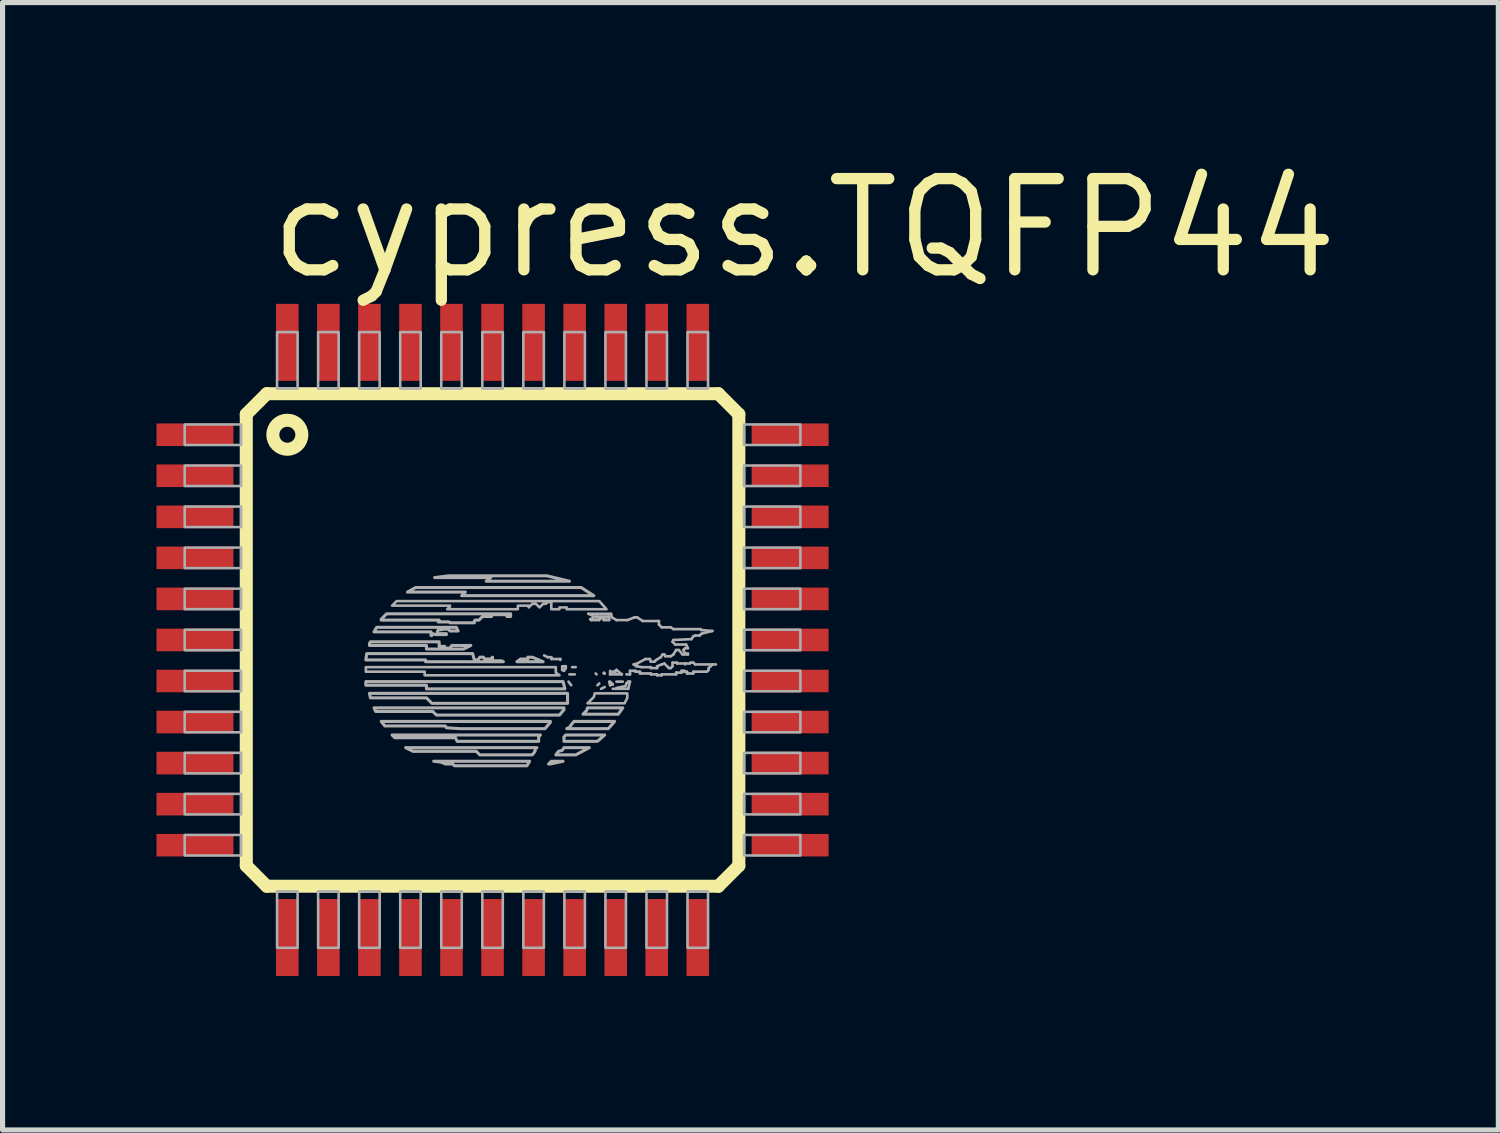
<source format=kicad_pcb>
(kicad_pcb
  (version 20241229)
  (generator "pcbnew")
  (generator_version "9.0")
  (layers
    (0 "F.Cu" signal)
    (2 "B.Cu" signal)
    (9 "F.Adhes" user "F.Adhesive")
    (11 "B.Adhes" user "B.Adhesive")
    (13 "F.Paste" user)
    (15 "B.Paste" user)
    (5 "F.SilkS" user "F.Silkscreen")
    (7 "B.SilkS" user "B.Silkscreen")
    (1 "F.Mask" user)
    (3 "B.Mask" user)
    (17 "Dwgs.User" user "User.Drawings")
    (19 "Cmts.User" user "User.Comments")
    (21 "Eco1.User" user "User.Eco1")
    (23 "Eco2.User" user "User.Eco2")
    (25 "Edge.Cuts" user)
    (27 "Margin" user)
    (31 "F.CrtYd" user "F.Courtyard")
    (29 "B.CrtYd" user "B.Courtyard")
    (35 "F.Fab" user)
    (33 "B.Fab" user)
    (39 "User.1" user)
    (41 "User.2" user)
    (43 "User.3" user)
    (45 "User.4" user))
  (footprint "cypress.TQFP44"
    (layer "F.Cu")
    (at 6.55 9.423)
    (property "Reference" "cypress.TQFP44" (at -4.445 -6.985 0) (layer "F.SilkS") (effects (font (size 1.778 1.778) (thickness 0.22)) (justify left bottom)))
    (attr smd)
    (fp_line (start -4.8 -4.4) (end -4.4 -4.8) (stroke (width 0.254) (type default)) (layer "F.SilkS"))
    (fp_line (start -4.8 4.4) (end -4.8 -4.4) (stroke (width 0.254) (type default)) (layer "F.SilkS"))
    (fp_line (start -4.4 -4.8) (end 4.4 -4.8) (stroke (width 0.254) (type default)) (layer "F.SilkS"))
    (fp_line (start -4.4 4.8) (end -4.8 4.4) (stroke (width 0.254) (type default)) (layer "F.SilkS"))
    (fp_line (start 4.4 -4.8) (end 4.8 -4.4) (stroke (width 0.254) (type default)) (layer "F.SilkS"))
    (fp_line (start 4.4 4.8) (end -4.4 4.8) (stroke (width 0.254) (type default)) (layer "F.SilkS"))
    (fp_line (start 4.8 -4.4) (end 4.8 4.4) (stroke (width 0.254) (type default)) (layer "F.SilkS"))
    (fp_line (start 4.8 4.4) (end 4.4 4.8) (stroke (width 0.254) (type default)) (layer "F.SilkS"))
    (fp_circle (center -4 -4) (end -3.717 -4) (stroke (width 0.254) (type default)) (fill no) (layer "F.SilkS"))
    (fp_line (start 1.075 0.336) (end 1.004 0.301) (stroke (width 0.051) (type default)) (layer "F.Fab"))
    (fp_line (start 1.145 0.336) (end 1.075 0.336) (stroke (width 0.051) (type default)) (layer "F.Fab"))
    (fp_line (start 1.145 0.371) (end 1.145 0.336) (stroke (width 0.051) (type default)) (layer "F.Fab"))
    (fp_line (start 1.321 0.371) (end 1.145 0.371) (stroke (width 0.051) (type default)) (layer "F.Fab"))
    (fp_line (start 1.321 0.389) (end 1.321 0.371) (stroke (width 0.051) (type default)) (layer "F.Fab"))
    (fp_line (start 1.357 0.512) (end 1.357 0.583) (stroke (width 0.051) (type default)) (layer "F.Fab"))
    (fp_line (start 1.357 0.583) (end 1.392 0.601) (stroke (width 0.051) (type default)) (layer "F.Fab"))
    (fp_line (start 1.392 0.512) (end 1.392 0.53) (stroke (width 0.051) (type default)) (layer "F.Fab"))
    (fp_line (start 1.392 0.601) (end 1.427 0.548) (stroke (width 0.051) (type default)) (layer "F.Fab"))
    (fp_line (start 1.427 0.512) (end 1.392 0.512) (stroke (width 0.051) (type default)) (layer "F.Fab"))
    (fp_line (start 1.427 0.548) (end 1.427 0.512) (stroke (width 0.051) (type default)) (layer "F.Fab"))
    (fp_line (start 1.48 0.812) (end 1.533 0.883) (stroke (width 0.051) (type default)) (layer "F.Fab"))
    (fp_line (start 1.498 0.671) (end 1.603 0.671) (stroke (width 0.051) (type default)) (layer "F.Fab"))
    (fp_line (start 1.551 0.53) (end 1.621 0.53) (stroke (width 0.051) (type default)) (layer "F.Fab"))
    (fp_line (start 1.868 -0.51) (end 1.956 -0.475) (stroke (width 0.051) (type default)) (layer "F.Fab"))
    (fp_line (start 1.903 -0.405) (end 1.921 -0.387) (stroke (width 0.051) (type default)) (layer "F.Fab"))
    (fp_line (start 1.921 -0.387) (end 2.08 -0.387) (stroke (width 0.051) (type default)) (layer "F.Fab"))
    (fp_line (start 1.956 -0.475) (end 1.956 -0.422) (stroke (width 0.051) (type default)) (layer "F.Fab"))
    (fp_line (start 1.956 -0.422) (end 1.903 -0.405) (stroke (width 0.051) (type default)) (layer "F.Fab"))
    (fp_line (start 2.009 -0.457) (end 2.009 -0.44) (stroke (width 0.051) (type default)) (layer "F.Fab"))
    (fp_line (start 2.009 -0.44) (end 2.238 -0.44) (stroke (width 0.051) (type default)) (layer "F.Fab"))
    (fp_line (start 2.009 0.653) (end 2.027 0.671) (stroke (width 0.051) (type default)) (layer "F.Fab"))
    (fp_line (start 2.08 -0.422) (end 2.168 -0.422) (stroke (width 0.051) (type default)) (layer "F.Fab"))
    (fp_line (start 2.08 -0.387) (end 2.08 -0.422) (stroke (width 0.051) (type default)) (layer "F.Fab"))
    (fp_line (start 2.08 0.847) (end 2.044 0.883) (stroke (width 0.051) (type default)) (layer "F.Fab"))
    (fp_line (start 2.115 0.953) (end 2.185 0.918) (stroke (width 0.051) (type default)) (layer "F.Fab"))
    (fp_line (start 2.168 -0.422) (end 2.168 -0.387) (stroke (width 0.051) (type default)) (layer "F.Fab"))
    (fp_line (start 2.168 -0.387) (end 2.273 -0.387) (stroke (width 0.051) (type default)) (layer "F.Fab"))
    (fp_line (start 2.168 0.636) (end 2.185 0.653) (stroke (width 0.051) (type default)) (layer "F.Fab"))
    (fp_line (start 2.185 0.653) (end 2.168 0.653) (stroke (width 0.051) (type default)) (layer "F.Fab"))
    (fp_line (start 2.273 -0.457) (end 2.009 -0.457) (stroke (width 0.051) (type default)) (layer "F.Fab"))
    (fp_line (start 2.273 -0.387) (end 2.273 -0.457) (stroke (width 0.051) (type default)) (layer "F.Fab"))
    (fp_line (start 2.273 0.812) (end 2.291 0.883) (stroke (width 0.051) (type default)) (layer "F.Fab"))
    (fp_line (start 2.291 0.601) (end 2.291 0.671) (stroke (width 0.051) (type default)) (layer "F.Fab"))
    (fp_line (start 2.291 0.671) (end 2.52 0.671) (stroke (width 0.051) (type default)) (layer "F.Fab"))
    (fp_line (start 2.291 0.883) (end 2.344 0.865) (stroke (width 0.051) (type default)) (layer "F.Fab"))
    (fp_line (start 2.309 -0.51) (end 1.868 -0.51) (stroke (width 0.051) (type default)) (layer "F.Fab"))
    (fp_line (start 2.326 -0.44) (end 2.309 -0.51) (stroke (width 0.051) (type default)) (layer "F.Fab"))
    (fp_line (start 2.344 0.865) (end 2.291 0.812) (stroke (width 0.051) (type default)) (layer "F.Fab"))
    (fp_line (start 2.344 0.953) (end 2.644 0.953) (stroke (width 0.051) (type default)) (layer "F.Fab"))
    (fp_line (start 2.397 0.601) (end 2.397 0.618) (stroke (width 0.051) (type default)) (layer "F.Fab"))
    (fp_line (start 2.397 0.618) (end 2.326 0.618) (stroke (width 0.051) (type default)) (layer "F.Fab"))
    (fp_line (start 2.415 -0.387) (end 2.326 -0.44) (stroke (width 0.051) (type default)) (layer "F.Fab"))
    (fp_line (start 2.415 0.583) (end 2.397 0.601) (stroke (width 0.051) (type default)) (layer "F.Fab"))
    (fp_line (start 2.415 0.812) (end 2.538 0.812) (stroke (width 0.051) (type default)) (layer "F.Fab"))
    (fp_line (start 2.52 0.671) (end 2.415 0.583) (stroke (width 0.051) (type default)) (layer "F.Fab"))
    (fp_line (start 2.591 0.9) (end 2.415 0.935) (stroke (width 0.051) (type default)) (layer "F.Fab"))
    (fp_line (start 2.608 0.671) (end 2.679 0.671) (stroke (width 0.051) (type default)) (layer "F.Fab"))
    (fp_line (start 2.608 0.847) (end 2.591 0.9) (stroke (width 0.051) (type default)) (layer "F.Fab"))
    (fp_line (start 2.626 -0.387) (end 2.415 -0.387) (stroke (width 0.051) (type default)) (layer "F.Fab"))
    (fp_line (start 2.644 0.812) (end 2.608 0.847) (stroke (width 0.051) (type default)) (layer "F.Fab"))
    (fp_line (start 2.644 0.953) (end 2.679 0.812) (stroke (width 0.051) (type default)) (layer "F.Fab"))
    (fp_line (start 2.679 0.601) (end 2.785 0.601) (stroke (width 0.051) (type default)) (layer "F.Fab"))
    (fp_line (start 2.679 0.671) (end 2.679 0.601) (stroke (width 0.051) (type default)) (layer "F.Fab"))
    (fp_line (start 2.679 0.812) (end 2.644 0.812) (stroke (width 0.051) (type default)) (layer "F.Fab"))
    (fp_line (start 2.75 0.477) (end 2.82 0.459) (stroke (width 0.051) (type default)) (layer "F.Fab"))
    (fp_line (start 2.767 -0.44) (end 2.626 -0.387) (stroke (width 0.051) (type default)) (layer "F.Fab"))
    (fp_line (start 2.785 0.601) (end 2.785 0.618) (stroke (width 0.051) (type default)) (layer "F.Fab"))
    (fp_line (start 2.785 0.618) (end 2.873 0.618) (stroke (width 0.051) (type default)) (layer "F.Fab"))
    (fp_line (start 2.803 0.512) (end 2.75 0.477) (stroke (width 0.051) (type default)) (layer "F.Fab"))
    (fp_line (start 2.82 -0.44) (end 2.767 -0.44) (stroke (width 0.051) (type default)) (layer "F.Fab"))
    (fp_line (start 2.82 0.459) (end 2.979 0.371) (stroke (width 0.051) (type default)) (layer "F.Fab"))
    (fp_line (start 2.873 0.618) (end 2.873 0.653) (stroke (width 0.051) (type default)) (layer "F.Fab"))
    (fp_line (start 2.873 0.653) (end 3.085 0.653) (stroke (width 0.051) (type default)) (layer "F.Fab"))
    (fp_line (start 2.908 0.53) (end 2.803 0.512) (stroke (width 0.051) (type default)) (layer "F.Fab"))
    (fp_line (start 2.926 -0.369) (end 2.82 -0.44) (stroke (width 0.051) (type default)) (layer "F.Fab"))
    (fp_line (start 2.979 0.371) (end 3.067 0.371) (stroke (width 0.051) (type default)) (layer "F.Fab"))
    (fp_line (start 3.067 0.371) (end 3.085 0.424) (stroke (width 0.051) (type default)) (layer "F.Fab"))
    (fp_line (start 3.085 0.424) (end 3.155 0.424) (stroke (width 0.051) (type default)) (layer "F.Fab"))
    (fp_line (start 3.085 0.53) (end 2.908 0.53) (stroke (width 0.051) (type default)) (layer "F.Fab"))
    (fp_line (start 3.085 0.548) (end 3.085 0.53) (stroke (width 0.051) (type default)) (layer "F.Fab"))
    (fp_line (start 3.085 0.653) (end 3.085 0.671) (stroke (width 0.051) (type default)) (layer "F.Fab"))
    (fp_line (start 3.085 0.671) (end 3.208 0.671) (stroke (width 0.051) (type default)) (layer "F.Fab"))
    (fp_line (start 3.155 0.424) (end 3.19 0.389) (stroke (width 0.051) (type default)) (layer "F.Fab"))
    (fp_line (start 3.19 0.389) (end 3.279 0.336) (stroke (width 0.051) (type default)) (layer "F.Fab"))
    (fp_line (start 3.208 0.512) (end 3.208 0.548) (stroke (width 0.051) (type default)) (layer "F.Fab"))
    (fp_line (start 3.208 0.548) (end 3.085 0.548) (stroke (width 0.051) (type default)) (layer "F.Fab"))
    (fp_line (start 3.208 0.671) (end 3.208 0.689) (stroke (width 0.051) (type default)) (layer "F.Fab"))
    (fp_line (start 3.208 0.689) (end 3.296 0.689) (stroke (width 0.051) (type default)) (layer "F.Fab"))
    (fp_line (start 3.243 -0.369) (end 2.926 -0.369) (stroke (width 0.051) (type default)) (layer "F.Fab"))
    (fp_line (start 3.243 -0.299) (end 3.243 -0.369) (stroke (width 0.051) (type default)) (layer "F.Fab"))
    (fp_line (start 3.279 0.336) (end 3.314 0.283) (stroke (width 0.051) (type default)) (layer "F.Fab"))
    (fp_line (start 3.296 -0.246) (end 3.243 -0.299) (stroke (width 0.051) (type default)) (layer "F.Fab"))
    (fp_line (start 3.296 0.477) (end 3.208 0.512) (stroke (width 0.051) (type default)) (layer "F.Fab"))
    (fp_line (start 3.296 0.671) (end 3.578 0.671) (stroke (width 0.051) (type default)) (layer "F.Fab"))
    (fp_line (start 3.296 0.689) (end 3.296 0.671) (stroke (width 0.051) (type default)) (layer "F.Fab"))
    (fp_line (start 3.314 0.283) (end 3.349 0.283) (stroke (width 0.051) (type default)) (layer "F.Fab"))
    (fp_line (start 3.349 0.283) (end 3.367 0.318) (stroke (width 0.051) (type default)) (layer "F.Fab"))
    (fp_line (start 3.349 0.459) (end 3.296 0.477) (stroke (width 0.051) (type default)) (layer "F.Fab"))
    (fp_line (start 3.367 0.318) (end 3.473 0.318) (stroke (width 0.051) (type default)) (layer "F.Fab"))
    (fp_line (start 3.437 0.548) (end 3.349 0.459) (stroke (width 0.051) (type default)) (layer "F.Fab"))
    (fp_line (start 3.473 -0.246) (end 3.296 -0.246) (stroke (width 0.051) (type default)) (layer "F.Fab"))
    (fp_line (start 3.473 0.318) (end 3.525 0.283) (stroke (width 0.051) (type default)) (layer "F.Fab"))
    (fp_line (start 3.473 0.548) (end 3.437 0.548) (stroke (width 0.051) (type default)) (layer "F.Fab"))
    (fp_line (start 3.508 0.036) (end 3.525 0.001) (stroke (width 0.051) (type default)) (layer "F.Fab"))
    (fp_line (start 3.508 0.442) (end 3.508 0.512) (stroke (width 0.051) (type default)) (layer "F.Fab"))
    (fp_line (start 3.508 0.512) (end 3.473 0.548) (stroke (width 0.051) (type default)) (layer "F.Fab"))
    (fp_line (start 3.525 -0.211) (end 3.473 -0.246) (stroke (width 0.051) (type default)) (layer "F.Fab"))
    (fp_line (start 3.525 0.001) (end 3.878 -0.017) (stroke (width 0.051) (type default)) (layer "F.Fab"))
    (fp_line (start 3.525 0.283) (end 3.578 0.195) (stroke (width 0.051) (type default)) (layer "F.Fab"))
    (fp_line (start 3.561 0.089) (end 3.508 0.036) (stroke (width 0.051) (type default)) (layer "F.Fab"))
    (fp_line (start 3.578 0.195) (end 3.631 0.195) (stroke (width 0.051) (type default)) (layer "F.Fab"))
    (fp_line (start 3.578 0.636) (end 3.684 0.636) (stroke (width 0.051) (type default)) (layer "F.Fab"))
    (fp_line (start 3.578 0.671) (end 3.578 0.636) (stroke (width 0.051) (type default)) (layer "F.Fab"))
    (fp_line (start 3.596 0.442) (end 3.508 0.442) (stroke (width 0.051) (type default)) (layer "F.Fab"))
    (fp_line (start 3.596 0.459) (end 3.596 0.442) (stroke (width 0.051) (type default)) (layer "F.Fab"))
    (fp_line (start 3.631 0.195) (end 3.702 0.283) (stroke (width 0.051) (type default)) (layer "F.Fab"))
    (fp_line (start 3.684 0.601) (end 3.737 0.601) (stroke (width 0.051) (type default)) (layer "F.Fab"))
    (fp_line (start 3.684 0.636) (end 3.684 0.601) (stroke (width 0.051) (type default)) (layer "F.Fab"))
    (fp_line (start 3.702 0.283) (end 3.808 0.283) (stroke (width 0.051) (type default)) (layer "F.Fab"))
    (fp_line (start 3.719 0.195) (end 3.755 0.16) (stroke (width 0.051) (type default)) (layer "F.Fab"))
    (fp_line (start 3.737 0.601) (end 3.737 0.618) (stroke (width 0.051) (type default)) (layer "F.Fab"))
    (fp_line (start 3.737 0.618) (end 3.79 0.618) (stroke (width 0.051) (type default)) (layer "F.Fab"))
    (fp_line (start 3.755 0.16) (end 3.808 0.16) (stroke (width 0.051) (type default)) (layer "F.Fab"))
    (fp_line (start 3.755 0.266) (end 3.719 0.195) (stroke (width 0.051) (type default)) (layer "F.Fab"))
    (fp_line (start 3.755 0.459) (end 3.596 0.459) (stroke (width 0.051) (type default)) (layer "F.Fab"))
    (fp_line (start 3.755 0.477) (end 3.755 0.459) (stroke (width 0.051) (type default)) (layer "F.Fab"))
    (fp_line (start 3.772 0.089) (end 3.561 0.089) (stroke (width 0.051) (type default)) (layer "F.Fab"))
    (fp_line (start 3.79 0.618) (end 3.79 0.653) (stroke (width 0.051) (type default)) (layer "F.Fab"))
    (fp_line (start 3.79 0.653) (end 3.913 0.653) (stroke (width 0.051) (type default)) (layer "F.Fab"))
    (fp_line (start 3.808 0.16) (end 3.772 0.089) (stroke (width 0.051) (type default)) (layer "F.Fab"))
    (fp_line (start 3.808 0.266) (end 3.755 0.266) (stroke (width 0.051) (type default)) (layer "F.Fab"))
    (fp_line (start 3.808 0.283) (end 3.808 0.266) (stroke (width 0.051) (type default)) (layer "F.Fab"))
    (fp_line (start 3.843 0.459) (end 3.755 0.459) (stroke (width 0.051) (type default)) (layer "F.Fab"))
    (fp_line (start 3.86 0.442) (end 3.843 0.459) (stroke (width 0.051) (type default)) (layer "F.Fab"))
    (fp_line (start 3.878 -0.017) (end 3.913 -0.07) (stroke (width 0.051) (type default)) (layer "F.Fab"))
    (fp_line (start 3.913 -0.07) (end 3.949 -0.087) (stroke (width 0.051) (type default)) (layer "F.Fab"))
    (fp_line (start 3.913 0.442) (end 3.86 0.442) (stroke (width 0.051) (type default)) (layer "F.Fab"))
    (fp_line (start 3.913 0.618) (end 4.178 0.618) (stroke (width 0.051) (type default)) (layer "F.Fab"))
    (fp_line (start 3.913 0.653) (end 3.913 0.618) (stroke (width 0.051) (type default)) (layer "F.Fab"))
    (fp_line (start 3.949 -0.087) (end 4.037 -0.087) (stroke (width 0.051) (type default)) (layer "F.Fab"))
    (fp_line (start 3.949 0.477) (end 3.913 0.442) (stroke (width 0.051) (type default)) (layer "F.Fab"))
    (fp_line (start 4.037 -0.087) (end 4.072 -0.122) (stroke (width 0.051) (type default)) (layer "F.Fab"))
    (fp_line (start 4.054 -0.211) (end 3.525 -0.211) (stroke (width 0.051) (type default)) (layer "F.Fab"))
    (fp_line (start 4.072 -0.193) (end 4.054 -0.211) (stroke (width 0.051) (type default)) (layer "F.Fab"))
    (fp_line (start 4.072 -0.122) (end 4.284 -0.175) (stroke (width 0.051) (type default)) (layer "F.Fab"))
    (fp_line (start 4.178 0.618) (end 4.213 0.583) (stroke (width 0.051) (type default)) (layer "F.Fab"))
    (fp_line (start 4.213 0.548) (end 4.248 0.512) (stroke (width 0.051) (type default)) (layer "F.Fab"))
    (fp_line (start 4.213 0.583) (end 4.213 0.548) (stroke (width 0.051) (type default)) (layer "F.Fab"))
    (fp_line (start 4.248 0.512) (end 4.284 0.477) (stroke (width 0.051) (type default)) (layer "F.Fab"))
    (fp_line (start 4.284 -0.175) (end 4.072 -0.193) (stroke (width 0.051) (type default)) (layer "F.Fab"))
    (fp_line (start 4.284 0.477) (end 3.949 0.477) (stroke (width 0.051) (type default)) (layer "F.Fab"))
    (fp_line (start 4.284 0.477) (end 4.354 0.477) (stroke (width 0.051) (type default)) (layer "F.Fab"))
    (fp_rect (start -6 -3.8) (end -4.9 -4.2) (stroke (width 0.05) (type default)) (fill no) (layer "F.Fab"))
    (fp_rect (start -6 -3) (end -4.9 -3.4) (stroke (width 0.05) (type default)) (fill no) (layer "F.Fab"))
    (fp_rect (start -6 -2.2) (end -4.9 -2.6) (stroke (width 0.05) (type default)) (fill no) (layer "F.Fab"))
    (fp_rect (start -6 -1.4) (end -4.9 -1.8) (stroke (width 0.05) (type default)) (fill no) (layer "F.Fab"))
    (fp_rect (start -6 -0.6) (end -4.9 -1) (stroke (width 0.05) (type default)) (fill no) (layer "F.Fab"))
    (fp_rect (start -6 0.2) (end -4.9 -0.2) (stroke (width 0.05) (type default)) (fill no) (layer "F.Fab"))
    (fp_rect (start -6 1) (end -4.9 0.6) (stroke (width 0.05) (type default)) (fill no) (layer "F.Fab"))
    (fp_rect (start -6 1.8) (end -4.9 1.4) (stroke (width 0.05) (type default)) (fill no) (layer "F.Fab"))
    (fp_rect (start -6 2.6) (end -4.9 2.2) (stroke (width 0.05) (type default)) (fill no) (layer "F.Fab"))
    (fp_rect (start -6 3.4) (end -4.9 3) (stroke (width 0.05) (type default)) (fill no) (layer "F.Fab"))
    (fp_rect (start -6 4.2) (end -4.9 3.8) (stroke (width 0.05) (type default)) (fill no) (layer "F.Fab"))
    (fp_rect (start -4.2 -4.9) (end -3.8 -6) (stroke (width 0.05) (type default)) (fill no) (layer "F.Fab"))
    (fp_rect (start -4.2 6) (end -3.8 4.9) (stroke (width 0.05) (type default)) (fill no) (layer "F.Fab"))
    (fp_rect (start -3.4 -4.9) (end -3 -6) (stroke (width 0.05) (type default)) (fill no) (layer "F.Fab"))
    (fp_rect (start -3.4 6) (end -3 4.9) (stroke (width 0.05) (type default)) (fill no) (layer "F.Fab"))
    (fp_rect (start -2.6 -4.9) (end -2.2 -6) (stroke (width 0.05) (type default)) (fill no) (layer "F.Fab"))
    (fp_rect (start -2.6 6) (end -2.2 4.9) (stroke (width 0.05) (type default)) (fill no) (layer "F.Fab"))
    (fp_rect (start -1.8 -4.9) (end -1.4 -6) (stroke (width 0.05) (type default)) (fill no) (layer "F.Fab"))
    (fp_rect (start -1.8 6) (end -1.4 4.9) (stroke (width 0.05) (type default)) (fill no) (layer "F.Fab"))
    (fp_rect (start -1 -4.9) (end -0.6 -6) (stroke (width 0.05) (type default)) (fill no) (layer "F.Fab"))
    (fp_rect (start -1 6) (end -0.6 4.9) (stroke (width 0.05) (type default)) (fill no) (layer "F.Fab"))
    (fp_rect (start -0.2 -4.9) (end 0.2 -6) (stroke (width 0.05) (type default)) (fill no) (layer "F.Fab"))
    (fp_rect (start -0.2 6) (end 0.2 4.9) (stroke (width 0.05) (type default)) (fill no) (layer "F.Fab"))
    (fp_rect (start 0.6 -4.9) (end 1 -6) (stroke (width 0.05) (type default)) (fill no) (layer "F.Fab"))
    (fp_rect (start 0.6 6) (end 1 4.9) (stroke (width 0.05) (type default)) (fill no) (layer "F.Fab"))
    (fp_rect (start 1.4 -4.9) (end 1.8 -6) (stroke (width 0.05) (type default)) (fill no) (layer "F.Fab"))
    (fp_rect (start 1.4 6) (end 1.8 4.9) (stroke (width 0.05) (type default)) (fill no) (layer "F.Fab"))
    (fp_rect (start 2.2 -4.9) (end 2.6 -6) (stroke (width 0.05) (type default)) (fill no) (layer "F.Fab"))
    (fp_rect (start 2.2 6) (end 2.6 4.9) (stroke (width 0.05) (type default)) (fill no) (layer "F.Fab"))
    (fp_rect (start 3 -4.9) (end 3.4 -6) (stroke (width 0.05) (type default)) (fill no) (layer "F.Fab"))
    (fp_rect (start 3 6) (end 3.4 4.9) (stroke (width 0.05) (type default)) (fill no) (layer "F.Fab"))
    (fp_rect (start 3.8 -4.9) (end 4.2 -6) (stroke (width 0.05) (type default)) (fill no) (layer "F.Fab"))
    (fp_rect (start 3.8 6) (end 4.2 4.9) (stroke (width 0.05) (type default)) (fill no) (layer "F.Fab"))
    (fp_rect (start 4.9 -3.8) (end 6 -4.2) (stroke (width 0.05) (type default)) (fill no) (layer "F.Fab"))
    (fp_rect (start 4.9 -3) (end 6 -3.4) (stroke (width 0.05) (type default)) (fill no) (layer "F.Fab"))
    (fp_rect (start 4.9 -2.2) (end 6 -2.6) (stroke (width 0.05) (type default)) (fill no) (layer "F.Fab"))
    (fp_rect (start 4.9 -1.4) (end 6 -1.8) (stroke (width 0.05) (type default)) (fill no) (layer "F.Fab"))
    (fp_rect (start 4.9 -0.6) (end 6 -1) (stroke (width 0.05) (type default)) (fill no) (layer "F.Fab"))
    (fp_rect (start 4.9 0.2) (end 6 -0.2) (stroke (width 0.05) (type default)) (fill no) (layer "F.Fab"))
    (fp_rect (start 4.9 1) (end 6 0.6) (stroke (width 0.05) (type default)) (fill no) (layer "F.Fab"))
    (fp_rect (start 4.9 1.8) (end 6 1.4) (stroke (width 0.05) (type default)) (fill no) (layer "F.Fab"))
    (fp_rect (start 4.9 2.6) (end 6 2.2) (stroke (width 0.05) (type default)) (fill no) (layer "F.Fab"))
    (fp_rect (start 4.9 3.4) (end 6 3) (stroke (width 0.05) (type default)) (fill no) (layer "F.Fab"))
    (fp_rect (start 4.9 4.2) (end 6 3.8) (stroke (width 0.05) (type default)) (fill no) (layer "F.Fab"))
    (fp_poly (pts (xy 1.092 2.417) (xy 1.127 2.417) (xy 1.374 2.364) (xy 1.145 2.364)) (stroke (width 0.06) (type default)) (fill no) (layer "F.Fab"))
    (fp_poly (pts (xy 1.392 1.976) (xy 2.044 1.976) (xy 2.185 1.852) (xy 1.427 1.852) (xy 1.392 1.888)) (stroke (width 0.06) (type default)) (fill no) (layer "F.Fab"))
    (fp_poly (pts (xy 1.762 1.447) (xy 2.45 1.447) (xy 2.538 1.323) (xy 1.85 1.323) (xy 1.833 1.376)) (stroke (width 0.06) (type default)) (fill no) (layer "F.Fab"))
    (fp_poly (pts (xy -2.47 0.812) (xy 1.374 0.812) (xy 1.41 0.953) (xy -1.288 0.953) (xy -1.288 0.883) (xy -2.47 0.883)) (stroke (width 0.06) (type default)) (fill no) (layer "F.Fab"))
    (fp_poly (pts (xy 1.233 2.24) (xy 1.621 2.24) (xy 1.886 2.099) (xy 1.392 2.099) (xy 1.357 2.152) (xy 1.286 2.17)) (stroke (width 0.06) (type default)) (fill no) (layer "F.Fab"))
    (fp_poly (pts (xy 1.445 1.729) (xy 2.256 1.729) (xy 2.379 1.588) (xy 1.586 1.588) (xy 1.515 1.676) (xy 1.515 1.694)) (stroke (width 0.06) (type default)) (fill no) (layer "F.Fab"))
    (fp_poly (pts (xy 1.498 -1.145) (xy 1.057 -1.251) (xy -0.847 -1.251) (xy -1.129 -1.216) (xy -0.036 -1.216) (xy -0.124 -1.145)) (stroke (width 0.06) (type default)) (fill no) (layer "F.Fab"))
    (fp_poly (pts (xy 1.85 1.235) (xy 2.573 1.235) (xy 2.626 1.129) (xy 2.626 1.041) (xy 1.991 1.041) (xy 1.974 1.112)) (stroke (width 0.051) (type default)) (fill no) (layer "F.Fab"))
    (fp_poly (pts (xy 1.974 -0.863) (xy 1.727 -1.022) (xy -1.5 -1.022) (xy -1.658 -0.933) (xy -0.53 -0.933) (xy -0.601 -0.863)) (stroke (width 0.06) (type default)) (fill no) (layer "F.Fab"))
    (fp_poly (pts (xy -2.47 0.618) (xy -2.47 0.53) (xy 1.233 0.53) (xy 1.233 0.636) (xy 1.304 0.689) (xy -1.323 0.689) (xy -1.323 0.618)) (stroke (width 0.051) (type default)) (fill no) (layer "F.Fab"))
    (fp_poly (pts (xy -2.399 1.041) (xy 1.462 1.041) (xy 1.462 1.235) (xy -1.182 1.235) (xy -1.27 1.147) (xy -1.288 1.129) (xy -2.381 1.129)) (stroke (width 0.06) (type default)) (fill no) (layer "F.Fab"))
    (fp_poly (pts (xy -2.311 1.323) (xy 1.392 1.323) (xy 1.392 1.359) (xy 1.304 1.464) (xy -1.094 1.464) (xy -1.165 1.394) (xy -2.276 1.394)) (stroke (width 0.06) (type default)) (fill no) (layer "F.Fab"))
    (fp_poly (pts (xy -1.958 1.852) (xy 0.933 1.852) (xy 0.898 1.888) (xy 0.898 1.976) (xy -0.689 1.976) (xy -0.724 1.905) (xy -1.905 1.905)) (stroke (width 0.06) (type default)) (fill no) (layer "F.Fab"))
    (fp_poly (pts (xy -1.147 2.364) (xy 0.722 2.364) (xy 0.669 2.452) (xy -0.742 2.452) (xy -0.777 2.417) (xy -0.918 2.417) (xy -1.006 2.381)) (stroke (width 0.06) (type default)) (fill no) (layer "F.Fab"))
    (fp_poly (pts (xy -2.17 1.588) (xy 1.127 1.588) (xy 1.127 1.605) (xy 1.022 1.729) (xy -0.636 1.729) (xy -0.9 1.711) (xy -0.918 1.676) (xy -2.099 1.676)) (stroke (width 0.06) (type default)) (fill no) (layer "F.Fab"))
    (fp_poly (pts (xy -1.694 2.099) (xy 0.863 2.099) (xy 0.828 2.135) (xy 0.828 2.17) (xy 0.775 2.24) (xy -0.248 2.24) (xy -0.318 2.17) (xy -1.553 2.17)) (stroke (width 0.06) (type default)) (fill no) (layer "F.Fab"))
    (fp_poly (pts (xy -0.424 0.107) (xy -0.794 0.107) (xy -0.83 0.16) (xy -0.935 0.16) (xy -0.935 0.124) (xy -1.041 0.124) (xy -1.041 0.036) (xy -2.381 0.036) (xy -2.399 0.071) (xy -2.399 0.107) (xy -1.288 0.107) (xy -1.288 0.177) (xy -0.565 0.177)) (stroke (width 0.06) (type default)) (fill no) (layer "F.Fab"))
    (fp_poly (pts (xy -0.671 -0.175) (xy -0.83 -0.175) (xy -0.865 -0.211) (xy -0.935 -0.211) (xy -1.059 -0.193) (xy -1.077 -0.158) (xy -1.077 -0.122) (xy -0.9 -0.122) (xy -0.9 -0.105) (xy -1.112 -0.105) (xy -1.165 -0.122) (xy -1.182 -0.087) (xy -1.2 -0.087) (xy -1.2 -0.158) (xy -2.311 -0.158) (xy -2.258 -0.246) (xy -0.706 -0.246)) (stroke (width 0.06) (type default)) (fill no) (layer "F.Fab"))
    (fp_poly (pts (xy 0.352 -0.457) (xy 0.352 -0.51) (xy -2.064 -0.51) (xy -2.17 -0.405) (xy -2.17 -0.387) (xy -1.041 -0.387) (xy -1.059 -0.352) (xy -0.847 -0.352) (xy -0.83 -0.334) (xy -0.354 -0.334) (xy -0.354 -0.369) (xy -0.336 -0.387) (xy -0.266 -0.387) (xy -0.195 -0.457) (xy -0.019 -0.457) (xy -0.019 -0.475) (xy -0.001 -0.493) (xy 0.281 -0.493) (xy 0.281 -0.457)) (stroke (width 0.06) (type default)) (fill no) (layer "F.Fab"))
    (fp_poly (pts (xy -2.452 0.266) (xy -0.389 0.266) (xy -0.354 0.389) (xy -0.283 0.389) (xy -0.248 0.336) (xy -0.177 0.336) (xy -0.16 0.371) (xy -0.036 0.371) (xy -0.001 0.336) (xy -0.001 0.406) (xy 0.175 0.406) (xy 0.211 0.424) (xy 0.475 0.424) (xy 0.546 0.371) (xy 0.687 0.371) (xy 0.687 0.336) (xy 0.775 0.336) (xy 0.986 0.424) (xy -1.306 0.424) (xy -1.306 0.389) (xy -2.47 0.389)) (stroke (width 0.06) (type default)) (fill no) (layer "F.Fab"))
    (fp_poly (pts (xy 2.221 -0.599) (xy 2.08 -0.757) (xy -1.87 -0.757) (xy -1.958 -0.669) (xy -0.83 -0.669) (xy -0.83 -0.651) (xy -0.883 -0.599) (xy 0.493 -0.599) (xy 0.493 -0.669) (xy 0.704 -0.669) (xy 0.704 -0.634) (xy 0.775 -0.704) (xy 0.845 -0.704) (xy 0.916 -0.634) (xy 0.986 -0.704) (xy 1.039 -0.704) (xy 1.075 -0.74) (xy 1.145 -0.74) (xy 1.145 -0.599) (xy 1.304 -0.599) (xy 1.304 -0.634) (xy 1.445 -0.634) (xy 1.445 -0.599)) (stroke (width 0.051) (type default)) (fill no) (layer "F.Fab"))
    (pad "1" smd roundrect (at -5.8 -4) (size 1.5 0.44) (layers "F.Cu" "F.Mask" "F.Paste") (roundrect_rratio 0.01))
    (pad "2" smd roundrect (at -5.8 -3.2) (size 1.5 0.44) (layers "F.Cu" "F.Mask" "F.Paste") (roundrect_rratio 0.01))
    (pad "3" smd roundrect (at -5.8 -2.4) (size 1.5 0.44) (layers "F.Cu" "F.Mask" "F.Paste") (roundrect_rratio 0.01))
    (pad "4" smd roundrect (at -5.8 -1.6) (size 1.5 0.44) (layers "F.Cu" "F.Mask" "F.Paste") (roundrect_rratio 0.01))
    (pad "5" smd roundrect (at -5.8 -0.8) (size 1.5 0.44) (layers "F.Cu" "F.Mask" "F.Paste") (roundrect_rratio 0.01))
    (pad "6" smd roundrect (at -5.8 0) (size 1.5 0.44) (layers "F.Cu" "F.Mask" "F.Paste") (roundrect_rratio 0.01))
    (pad "7" smd roundrect (at -5.8 0.8) (size 1.5 0.44) (layers "F.Cu" "F.Mask" "F.Paste") (roundrect_rratio 0.01))
    (pad "8" smd roundrect (at -5.8 1.6) (size 1.5 0.44) (layers "F.Cu" "F.Mask" "F.Paste") (roundrect_rratio 0.01))
    (pad "9" smd roundrect (at -5.8 2.4) (size 1.5 0.44) (layers "F.Cu" "F.Mask" "F.Paste") (roundrect_rratio 0.01))
    (pad "10" smd roundrect (at -5.8 3.2) (size 1.5 0.44) (layers "F.Cu" "F.Mask" "F.Paste") (roundrect_rratio 0.01))
    (pad "11" smd roundrect (at -5.8 4) (size 1.5 0.44) (layers "F.Cu" "F.Mask" "F.Paste") (roundrect_rratio 0.01))
    (pad "12" smd roundrect (at -4 5.8) (size 0.44 1.5) (layers "F.Cu" "F.Mask" "F.Paste") (roundrect_rratio 0.01))
    (pad "13" smd roundrect (at -3.2 5.8) (size 0.44 1.5) (layers "F.Cu" "F.Mask" "F.Paste") (roundrect_rratio 0.01))
    (pad "14" smd roundrect (at -2.4 5.8) (size 0.44 1.5) (layers "F.Cu" "F.Mask" "F.Paste") (roundrect_rratio 0.01))
    (pad "15" smd roundrect (at -1.6 5.8) (size 0.44 1.5) (layers "F.Cu" "F.Mask" "F.Paste") (roundrect_rratio 0.01))
    (pad "16" smd roundrect (at -0.8 5.8) (size 0.44 1.5) (layers "F.Cu" "F.Mask" "F.Paste") (roundrect_rratio 0.01))
    (pad "17" smd roundrect (at 0 5.8) (size 0.44 1.5) (layers "F.Cu" "F.Mask" "F.Paste") (roundrect_rratio 0.01))
    (pad "18" smd roundrect (at 0.8 5.8) (size 0.44 1.5) (layers "F.Cu" "F.Mask" "F.Paste") (roundrect_rratio 0.01))
    (pad "19" smd roundrect (at 1.6 5.8) (size 0.44 1.5) (layers "F.Cu" "F.Mask" "F.Paste") (roundrect_rratio 0.01))
    (pad "20" smd roundrect (at 2.4 5.8) (size 0.44 1.5) (layers "F.Cu" "F.Mask" "F.Paste") (roundrect_rratio 0.01))
    (pad "21" smd roundrect (at 3.2 5.8) (size 0.44 1.5) (layers "F.Cu" "F.Mask" "F.Paste") (roundrect_rratio 0.01))
    (pad "22" smd roundrect (at 4 5.8) (size 0.44 1.5) (layers "F.Cu" "F.Mask" "F.Paste") (roundrect_rratio 0.01))
    (pad "23" smd roundrect (at 5.8 4) (size 1.5 0.44) (layers "F.Cu" "F.Mask" "F.Paste") (roundrect_rratio 0.01))
    (pad "24" smd roundrect (at 5.8 3.2) (size 1.5 0.44) (layers "F.Cu" "F.Mask" "F.Paste") (roundrect_rratio 0.01))
    (pad "25" smd roundrect (at 5.8 2.4) (size 1.5 0.44) (layers "F.Cu" "F.Mask" "F.Paste") (roundrect_rratio 0.01))
    (pad "26" smd roundrect (at 5.8 1.6) (size 1.5 0.44) (layers "F.Cu" "F.Mask" "F.Paste") (roundrect_rratio 0.01))
    (pad "27" smd roundrect (at 5.8 0.8) (size 1.5 0.44) (layers "F.Cu" "F.Mask" "F.Paste") (roundrect_rratio 0.01))
    (pad "28" smd roundrect (at 5.8 0) (size 1.5 0.44) (layers "F.Cu" "F.Mask" "F.Paste") (roundrect_rratio 0.01))
    (pad "29" smd roundrect (at 5.8 -0.8) (size 1.5 0.44) (layers "F.Cu" "F.Mask" "F.Paste") (roundrect_rratio 0.01))
    (pad "30" smd roundrect (at 5.8 -1.6) (size 1.5 0.44) (layers "F.Cu" "F.Mask" "F.Paste") (roundrect_rratio 0.01))
    (pad "31" smd roundrect (at 5.8 -2.4) (size 1.5 0.44) (layers "F.Cu" "F.Mask" "F.Paste") (roundrect_rratio 0.01))
    (pad "32" smd roundrect (at 5.8 -3.2) (size 1.5 0.44) (layers "F.Cu" "F.Mask" "F.Paste") (roundrect_rratio 0.01))
    (pad "33" smd roundrect (at 5.8 -4) (size 1.5 0.44) (layers "F.Cu" "F.Mask" "F.Paste") (roundrect_rratio 0.01))
    (pad "34" smd roundrect (at 4 -5.8) (size 0.44 1.5) (layers "F.Cu" "F.Mask" "F.Paste") (roundrect_rratio 0.01))
    (pad "35" smd roundrect (at 3.2 -5.8) (size 0.44 1.5) (layers "F.Cu" "F.Mask" "F.Paste") (roundrect_rratio 0.01))
    (pad "36" smd roundrect (at 2.4 -5.8) (size 0.44 1.5) (layers "F.Cu" "F.Mask" "F.Paste") (roundrect_rratio 0.01))
    (pad "37" smd roundrect (at 1.6 -5.8) (size 0.44 1.5) (layers "F.Cu" "F.Mask" "F.Paste") (roundrect_rratio 0.01))
    (pad "38" smd roundrect (at 0.8 -5.8) (size 0.44 1.5) (layers "F.Cu" "F.Mask" "F.Paste") (roundrect_rratio 0.01))
    (pad "39" smd roundrect (at 0 -5.8) (size 0.44 1.5) (layers "F.Cu" "F.Mask" "F.Paste") (roundrect_rratio 0.01))
    (pad "40" smd roundrect (at -0.8 -5.8) (size 0.44 1.5) (layers "F.Cu" "F.Mask" "F.Paste") (roundrect_rratio 0.01))
    (pad "41" smd roundrect (at -1.6 -5.8) (size 0.44 1.5) (layers "F.Cu" "F.Mask" "F.Paste") (roundrect_rratio 0.01))
    (pad "42" smd roundrect (at -2.4 -5.8) (size 0.44 1.5) (layers "F.Cu" "F.Mask" "F.Paste") (roundrect_rratio 0.01))
    (pad "43" smd roundrect (at -3.2 -5.8) (size 0.44 1.5) (layers "F.Cu" "F.Mask" "F.Paste") (roundrect_rratio 0.01))
    (pad "44" smd roundrect (at -4 -5.8) (size 0.44 1.5) (layers "F.Cu" "F.Mask" "F.Paste") (roundrect_rratio 0.01)))
  (gr_rect
    (start -3 -3)
    (end 26.153 18.973)
    (stroke (width 0.1) (type default))
    (fill no)
    (layer "Edge.Cuts")))
</source>
